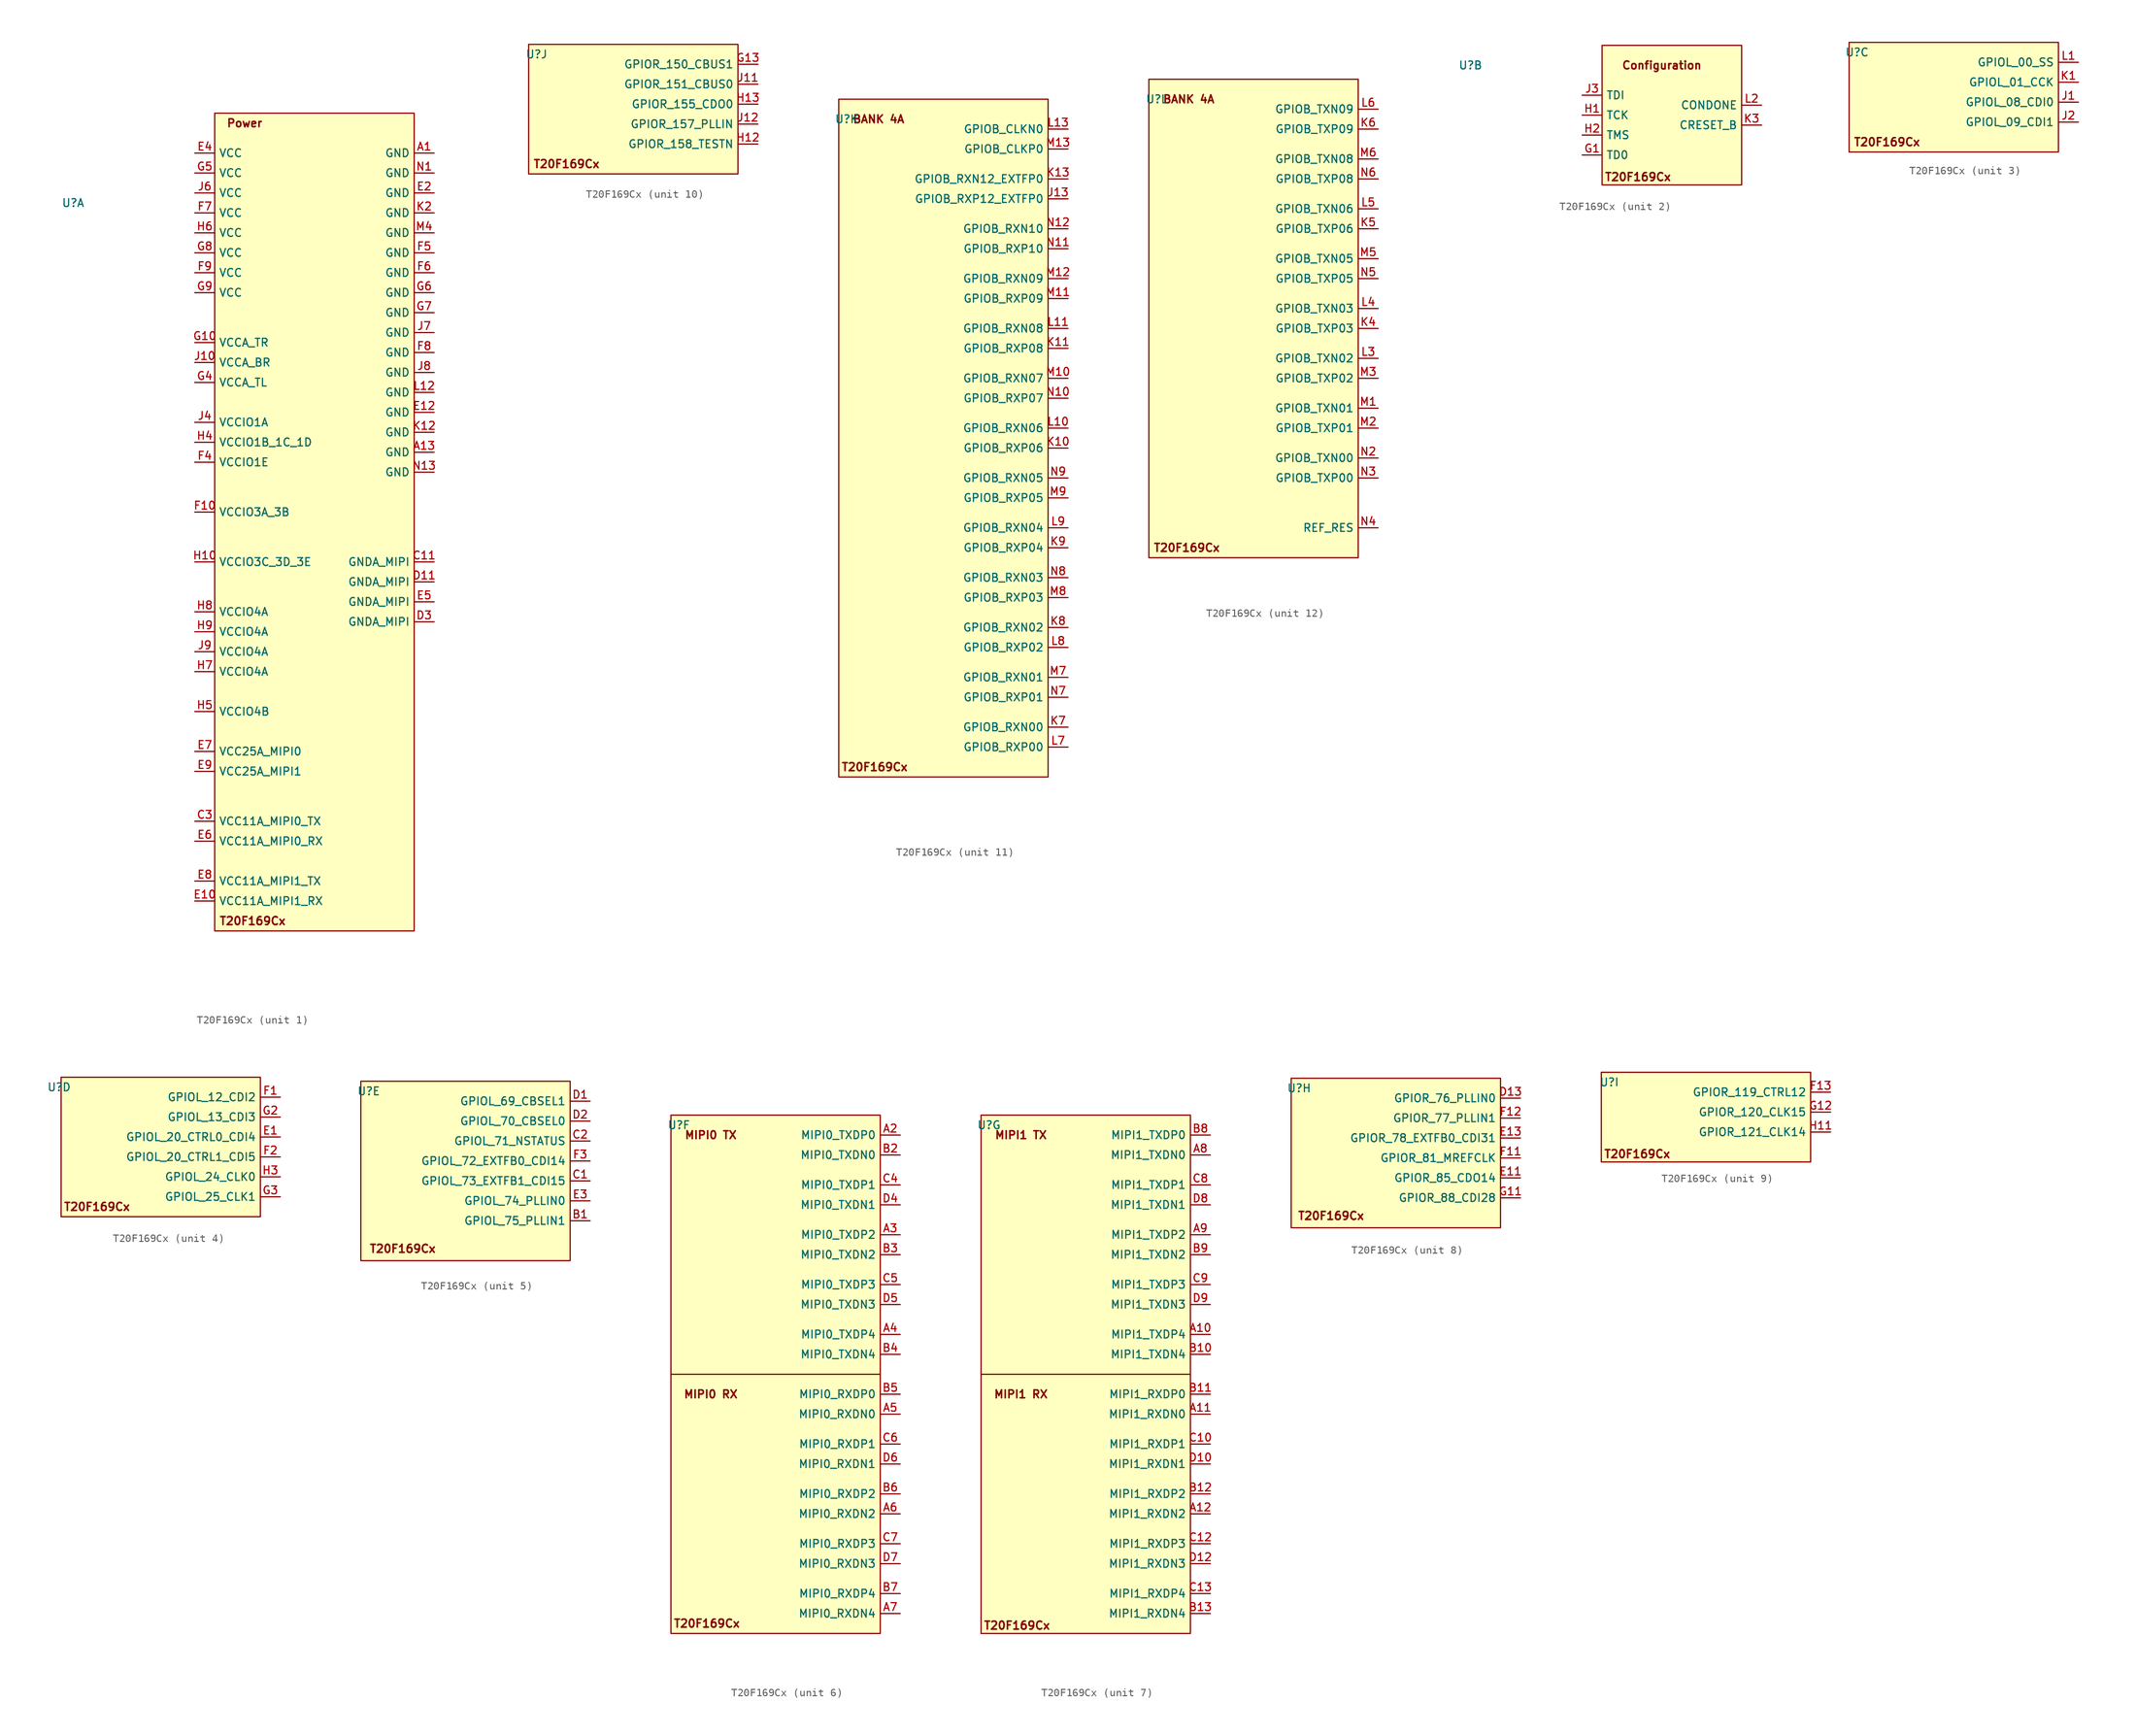
<source format=kicad_sym>
(kicad_symbol_lib
  (version 20231120)
  (generator "kicad_symbol_editor")
  (generator_version "8.0")
  (symbol "T20F169Cx"
    (property "Reference" "U"
      (at -25.654 1.27 0)
      (effects (font (size 1 1))))
    (property "Value" ""
      (at -6.35 -5.08 0)
      (effects (font (size 1 1))))
    (property "ki_locked" ""
      (at 0 0 0)
      (effects (font (size 1.27 1.27))))
    (symbol "T20F169Cx_1_1"
      (rectangle (start -7.62 12.7) (end 17.78 -91.44) (stroke (width 0) (type default)) (fill (type background)))
      (text "Power" (at -3.81 11.43 0) (effects (font (size 1 1) (bold yes))))
      (text "T20F169Cx" (at -2.794 -90.17 0) (effects (font (size 1.016 1.016) (thickness 0.203) (bold yes))))
      (pin power_in line (at 20.32 7.62 180) (length 2.54) (name "GND" (effects (font (size 1 1)))) (number "A1" (effects (font (size 1 1)))))
      (pin power_in line (at 20.32 -30.48 180) (length 2.54) (name "GND" (effects (font (size 1 1)))) (number "A13" (effects (font (size 1 1)))))
      (pin power_in line (at 20.32 -44.45 180) (length 2.54) (name "GNDA_MIPI" (effects (font (size 1 1)))) (number "C11" (effects (font (size 1 1)))))
      (pin power_in line (at -10.16 -77.47 0) (length 2.54) (name "VCC11A_MIPI0_TX" (effects (font (size 1 1)))) (number "C3" (effects (font (size 1 1)))))
      (pin power_in line (at 20.32 -46.99 180) (length 2.54) (name "GNDA_MIPI" (effects (font (size 1 1)))) (number "D11" (effects (font (size 1 1)))))
      (pin power_in line (at 20.32 -52.07 180) (length 2.54) (name "GNDA_MIPI" (effects (font (size 1 1)))) (number "D3" (effects (font (size 1 1)))))
      (pin power_in line (at -10.16 -87.63 0) (length 2.54) (name "VCC11A_MIPI1_RX" (effects (font (size 1 1)))) (number "E10" (effects (font (size 1 1)))))
      (pin power_in line (at 20.32 -25.4 180) (length 2.54) (name "GND" (effects (font (size 1 1)))) (number "E12" (effects (font (size 1 1)))))
      (pin power_in line (at 20.32 2.54 180) (length 2.54) (name "GND" (effects (font (size 1 1)))) (number "E2" (effects (font (size 1 1)))))
      (pin power_in line (at -10.16 7.62 0) (length 2.54) (name "VCC" (effects (font (size 1 1)))) (number "E4" (effects (font (size 1 1)))))
      (pin power_in line (at 20.32 -49.53 180) (length 2.54) (name "GNDA_MIPI" (effects (font (size 1 1)))) (number "E5" (effects (font (size 1 1)))))
      (pin power_in line (at -10.16 -80.01 0) (length 2.54) (name "VCC11A_MIPI0_RX" (effects (font (size 1 1)))) (number "E6" (effects (font (size 1 1)))))
      (pin power_in line (at -10.16 -68.58 0) (length 2.54) (name "VCC25A_MIPI0" (effects (font (size 1 1)))) (number "E7" (effects (font (size 1 1)))))
      (pin power_in line (at -10.16 -85.09 0) (length 2.54) (name "VCC11A_MIPI1_TX" (effects (font (size 1 1)))) (number "E8" (effects (font (size 1 1)))))
      (pin power_in line (at -10.16 -71.12 0) (length 2.54) (name "VCC25A_MIPI1" (effects (font (size 1 1)))) (number "E9" (effects (font (size 1 1)))))
      (pin power_in line (at -10.16 -38.1 0) (length 2.54) (name "VCCIO3A_3B" (effects (font (size 1 1)))) (number "F10" (effects (font (size 1 1)))))
      (pin power_in line (at -10.16 -31.75 0) (length 2.54) (name "VCCIO1E" (effects (font (size 1 1)))) (number "F4" (effects (font (size 1 1)))))
      (pin power_in line (at 20.32 -5.08 180) (length 2.54) (name "GND" (effects (font (size 1 1)))) (number "F5" (effects (font (size 1 1)))))
      (pin power_in line (at 20.32 -7.62 180) (length 2.54) (name "GND" (effects (font (size 1 1)))) (number "F6" (effects (font (size 1 1)))))
      (pin power_in line (at -10.16 0 0) (length 2.54) (name "VCC" (effects (font (size 1 1)))) (number "F7" (effects (font (size 1 1)))))
      (pin power_in line (at 20.32 -17.78 180) (length 2.54) (name "GND" (effects (font (size 1 1)))) (number "F8" (effects (font (size 1 1)))))
      (pin power_in line (at -10.16 -7.62 0) (length 2.54) (name "VCC" (effects (font (size 1 1)))) (number "F9" (effects (font (size 1 1)))))
      (pin power_in line (at -10.16 -16.51 0) (length 2.54) (name "VCCA_TR" (effects (font (size 1 1)))) (number "G10" (effects (font (size 1 1)))))
      (pin power_in line (at -10.16 -21.59 0) (length 2.54) (name "VCCA_TL" (effects (font (size 1 1)))) (number "G4" (effects (font (size 1 1)))))
      (pin power_in line (at -10.16 5.08 0) (length 2.54) (name "VCC" (effects (font (size 1 1)))) (number "G5" (effects (font (size 1 1)))))
      (pin power_in line (at 20.32 -10.16 180) (length 2.54) (name "GND" (effects (font (size 1 1)))) (number "G6" (effects (font (size 1 1)))))
      (pin power_in line (at 20.32 -12.7 180) (length 2.54) (name "GND" (effects (font (size 1 1)))) (number "G7" (effects (font (size 1 1)))))
      (pin power_in line (at -10.16 -5.08 0) (length 2.54) (name "VCC" (effects (font (size 1 1)))) (number "G8" (effects (font (size 1 1)))))
      (pin power_in line (at -10.16 -10.16 0) (length 2.54) (name "VCC" (effects (font (size 1 1)))) (number "G9" (effects (font (size 1 1)))))
      (pin power_in line (at -10.16 -44.45 0) (length 2.54) (name "VCCIO3C_3D_3E" (effects (font (size 1 1)))) (number "H10" (effects (font (size 1 1)))))
      (pin power_in line (at -10.16 -29.21 0) (length 2.54) (name "VCCIO1B_1C_1D" (effects (font (size 1 1)))) (number "H4" (effects (font (size 1 1)))))
      (pin power_in line (at -10.16 -63.5 0) (length 2.54) (name "VCCIO4B" (effects (font (size 1 1)))) (number "H5" (effects (font (size 1 1)))))
      (pin power_in line (at -10.16 -2.54 0) (length 2.54) (name "VCC" (effects (font (size 1 1)))) (number "H6" (effects (font (size 1 1)))))
      (pin power_in line (at -10.16 -58.42 0) (length 2.54) (name "VCCIO4A" (effects (font (size 1 1)))) (number "H7" (effects (font (size 1 1)))))
      (pin power_in line (at -10.16 -50.8 0) (length 2.54) (name "VCCIO4A" (effects (font (size 1 1)))) (number "H8" (effects (font (size 1 1)))))
      (pin power_in line (at -10.16 -53.34 0) (length 2.54) (name "VCCIO4A" (effects (font (size 1 1)))) (number "H9" (effects (font (size 1 1)))))
      (pin power_in line (at -10.16 -19.05 0) (length 2.54) (name "VCCA_BR" (effects (font (size 1 1)))) (number "J10" (effects (font (size 1 1)))))
      (pin power_in line (at -10.16 -26.67 0) (length 2.54) (name "VCCIO1A" (effects (font (size 1 1)))) (number "J4" (effects (font (size 1 1)))))
      (pin power_in line (at -10.16 2.54 0) (length 2.54) (name "VCC" (effects (font (size 1 1)))) (number "J6" (effects (font (size 1 1)))))
      (pin power_in line (at 20.32 -15.24 180) (length 2.54) (name "GND" (effects (font (size 1 1)))) (number "J7" (effects (font (size 1 1)))))
      (pin power_in line (at 20.32 -20.32 180) (length 2.54) (name "GND" (effects (font (size 1 1)))) (number "J8" (effects (font (size 1 1)))))
      (pin power_in line (at -10.16 -55.88 0) (length 2.54) (name "VCCIO4A" (effects (font (size 1 1)))) (number "J9" (effects (font (size 1 1)))))
      (pin power_in line (at 20.32 -27.94 180) (length 2.54) (name "GND" (effects (font (size 1 1)))) (number "K12" (effects (font (size 1 1)))))
      (pin power_in line (at 20.32 0 180) (length 2.54) (name "GND" (effects (font (size 1 1)))) (number "K2" (effects (font (size 1 1)))))
      (pin power_in line (at 20.32 -22.86 180) (length 2.54) (name "GND" (effects (font (size 1 1)))) (number "L12" (effects (font (size 1 1)))))
      (pin power_in line (at 20.32 -2.54 180) (length 2.54) (name "GND" (effects (font (size 1 1)))) (number "M4" (effects (font (size 1 1)))))
      (pin power_in line (at 20.32 5.08 180) (length 2.54) (name "GND" (effects (font (size 1 1)))) (number "N1" (effects (font (size 1 1)))))
      (pin power_in line (at 20.32 -33.02 180) (length 2.54) (name "GND" (effects (font (size 1 1)))) (number "N13" (effects (font (size 1 1))))))
    (symbol "T20F169Cx_2_1"
      (rectangle (start -8.89 3.81) (end 8.89 -13.97) (stroke (width 0) (type default)) (fill (type background)))
      (text "Configuration" (at -1.27 1.27 0) (effects (font (size 1 1) (bold yes))))
      (text "T20F169Cx" (at -4.318 -12.954 0) (effects (font (size 1.016 1.016) (thickness 0.203) (bold yes))))
      (pin output line (at -11.43 -10.16 0) (length 2.54) (name "TD0" (effects (font (size 1 1)))) (number "G1" (effects (font (size 1 1)))))
      (pin input line (at -11.43 -5.08 0) (length 2.54) (name "TCK" (effects (font (size 1 1)))) (number "H1" (effects (font (size 1 1)))))
      (pin input line (at -11.43 -7.62 0) (length 2.54) (name "TMS" (effects (font (size 1 1)))) (number "H2" (effects (font (size 1 1)))))
      (pin input line (at -11.43 -2.54 0) (length 2.54) (name "TDI" (effects (font (size 1 1)))) (number "J3" (effects (font (size 1 1)))))
      (pin input line (at 11.43 -6.35 180) (length 2.54) (name "CRESET_B" (effects (font (size 1 1)))) (number "K3" (effects (font (size 1 1)))))
      (pin output line (at 11.43 -3.81 180) (length 2.54) (name "CONDONE" (effects (font (size 1 1)))) (number "L2" (effects (font (size 1 1))))))
    (symbol "T20F169Cx_3_1"
      (rectangle (start -26.67 2.54) (end 0 -11.43) (stroke (width 0) (type default)) (fill (type background)))
      (text "T20F169Cx" (at -21.844 -10.16 0) (effects (font (size 1.016 1.016) (thickness 0.203) (bold yes))))
      (pin bidirectional line (at 2.54 -5.08 180) (length 2.54) (name "GPIOL_08_CDI0" (effects (font (size 1 1)))) (number "J1" (effects (font (size 1 1)))))
      (pin bidirectional line (at 2.54 -7.62 180) (length 2.54) (name "GPIOL_09_CDI1" (effects (font (size 1 1)))) (number "J2" (effects (font (size 1 1)))))
      (pin bidirectional line (at 2.54 -2.54 180) (length 2.54) (name "GPIOL_01_CCK" (effects (font (size 1 1)))) (number "K1" (effects (font (size 1 1)))))
      (pin bidirectional line (at 2.54 0 180) (length 2.54) (name "GPIOL_00_SS" (effects (font (size 1 1)))) (number "L1" (effects (font (size 1 1))))))
    (symbol "T20F169Cx_4_0"
      (pin bidirectional line (at 2.54 -2.54 180) (length 2.54) (name "GPIOL_13_CDI3" (effects (font (size 1 1)))) (number "G2" (effects (font (size 1 1)))))
      (pin bidirectional line (at 2.54 -12.7 180) (length 2.54) (name "GPIOL_25_CLK1" (effects (font (size 1 1)))) (number "G3" (effects (font (size 1 1)))))
      (pin bidirectional line (at 2.54 -10.16 180) (length 2.54) (name "GPIOL_24_CLK0" (effects (font (size 1 1)))) (number "H3" (effects (font (size 1 1))))))
    (symbol "T20F169Cx_4_1"
      (rectangle (start -25.4 2.54) (end 0 -15.24) (stroke (width 0) (type default)) (fill (type background)))
      (text "T20F169Cx" (at -20.828 -13.97 0) (effects (font (size 1.016 1.016) (thickness 0.203) (bold yes))))
      (pin bidirectional line (at 2.54 -5.08 180) (length 2.54) (name "GPIOL_20_CTRL0_CDI4" (effects (font (size 1 1)))) (number "E1" (effects (font (size 1 1)))))
      (pin bidirectional line (at 2.54 0 180) (length 2.54) (name "GPIOL_12_CDI2" (effects (font (size 1 1)))) (number "F1" (effects (font (size 1 1)))))
      (pin bidirectional line (at 2.54 -7.62 180) (length 2.54) (name "GPIOL_20_CTRL1_CDI5" (effects (font (size 1 1)))) (number "F2" (effects (font (size 1 1))))))
    (symbol "T20F169Cx_5_0"
      (pin bidirectional line (at 2.54 -15.24 180) (length 2.54) (name "GPIOL_75_PLLIN1" (effects (font (size 1 1)))) (number "B1" (effects (font (size 1 1)))))
      (pin bidirectional line (at 2.54 -10.16 180) (length 2.54) (name "GPIOL_73_EXTFB1_CDI15" (effects (font (size 1 1)))) (number "C1" (effects (font (size 1 1)))))
      (pin bidirectional line (at 2.54 -2.54 180) (length 2.54) (name "GPIOL_70_CBSEL0" (effects (font (size 1 1)))) (number "D2" (effects (font (size 1 1)))))
      (pin bidirectional line (at 2.54 -12.7 180) (length 2.54) (name "GPIOL_74_PLLIN0" (effects (font (size 1 1)))) (number "E3" (effects (font (size 1 1))))))
    (symbol "T20F169Cx_5_1"
      (rectangle (start -26.67 2.54) (end 0 -20.32) (stroke (width 0) (type default)) (fill (type background)))
      (text "T20F169Cx" (at -21.336 -18.796 0) (effects (font (size 1.016 1.016) (thickness 0.203) (bold yes))))
      (pin bidirectional line (at 2.54 -5.08 180) (length 2.54) (name "GPIOL_71_NSTATUS" (effects (font (size 1 1)))) (number "C2" (effects (font (size 1 1)))))
      (pin bidirectional line (at 2.54 0 180) (length 2.54) (name "GPIOL_69_CBSEL1" (effects (font (size 1 1)))) (number "D1" (effects (font (size 1 1)))))
      (pin bidirectional line (at 2.54 -7.62 180) (length 2.54) (name "GPIOL_72_EXTFB0_CDI14" (effects (font (size 1 1)))) (number "F3" (effects (font (size 1 1))))))
    (symbol "T20F169Cx_6_1"
      (rectangle (start -26.67 2.54) (end 0 -63.5) (stroke (width 0) (type default)) (fill (type background)))
      (polyline (pts (xy -26.67 -30.48) (xy 0 -30.48)) (stroke (width 0) (type default)) (fill (type none)))
      (text "MIPI0 RX" (at -21.59 -33.02 0) (effects (font (size 1 1) (bold yes))))
      (text "MIPI0 TX" (at -21.59 0 0) (effects (font (size 1 1) (bold yes))))
      (text "T20F169Cx" (at -22.098 -62.23 0) (effects (font (size 1.016 1.016) (thickness 0.203) (bold yes))))
      (pin bidirectional line (at 2.54 0 180) (length 2.54) (name "MIPI0_TXDP0" (effects (font (size 1 1)))) (number "A2" (effects (font (size 1 1)))))
      (pin bidirectional line (at 2.54 -12.7 180) (length 2.54) (name "MIPI0_TXDP2" (effects (font (size 1 1)))) (number "A3" (effects (font (size 1 1)))))
      (pin bidirectional line (at 2.54 -25.4 180) (length 2.54) (name "MIPI0_TXDP4" (effects (font (size 1 1)))) (number "A4" (effects (font (size 1 1)))))
      (pin bidirectional line (at 2.54 -35.56 180) (length 2.54) (name "MIPI0_RXDN0" (effects (font (size 1 1)))) (number "A5" (effects (font (size 1 1)))))
      (pin bidirectional line (at 2.54 -48.26 180) (length 2.54) (name "MIPI0_RXDN2" (effects (font (size 1 1)))) (number "A6" (effects (font (size 1 1)))))
      (pin bidirectional line (at 2.54 -60.96 180) (length 2.54) (name "MIPI0_RXDN4" (effects (font (size 1 1)))) (number "A7" (effects (font (size 1 1)))))
      (pin bidirectional line (at 2.54 -2.54 180) (length 2.54) (name "MIPI0_TXDN0" (effects (font (size 1 1)))) (number "B2" (effects (font (size 1 1)))))
      (pin bidirectional line (at 2.54 -15.24 180) (length 2.54) (name "MIPI0_TXDN2" (effects (font (size 1 1)))) (number "B3" (effects (font (size 1 1)))))
      (pin bidirectional line (at 2.54 -27.94 180) (length 2.54) (name "MIPI0_TXDN4" (effects (font (size 1 1)))) (number "B4" (effects (font (size 1 1)))))
      (pin bidirectional line (at 2.54 -33.02 180) (length 2.54) (name "MIPI0_RXDP0" (effects (font (size 1 1)))) (number "B5" (effects (font (size 1 1)))))
      (pin bidirectional line (at 2.54 -45.72 180) (length 2.54) (name "MIPI0_RXDP2" (effects (font (size 1 1)))) (number "B6" (effects (font (size 1 1)))))
      (pin bidirectional line (at 2.54 -58.42 180) (length 2.54) (name "MIPI0_RXDP4" (effects (font (size 1 1)))) (number "B7" (effects (font (size 1 1)))))
      (pin bidirectional line (at 2.54 -6.35 180) (length 2.54) (name "MIPI0_TXDP1" (effects (font (size 1 1)))) (number "C4" (effects (font (size 1 1)))))
      (pin bidirectional line (at 2.54 -19.05 180) (length 2.54) (name "MIPI0_TXDP3" (effects (font (size 1 1)))) (number "C5" (effects (font (size 1 1)))))
      (pin bidirectional line (at 2.54 -39.37 180) (length 2.54) (name "MIPI0_RXDP1" (effects (font (size 1 1)))) (number "C6" (effects (font (size 1 1)))))
      (pin bidirectional line (at 2.54 -52.07 180) (length 2.54) (name "MIPI0_RXDP3" (effects (font (size 1 1)))) (number "C7" (effects (font (size 1 1)))))
      (pin bidirectional line (at 2.54 -8.89 180) (length 2.54) (name "MIPI0_TXDN1" (effects (font (size 1 1)))) (number "D4" (effects (font (size 1 1)))))
      (pin bidirectional line (at 2.54 -21.59 180) (length 2.54) (name "MIPI0_TXDN3" (effects (font (size 1 1)))) (number "D5" (effects (font (size 1 1)))))
      (pin bidirectional line (at 2.54 -41.91 180) (length 2.54) (name "MIPI0_RXDN1" (effects (font (size 1 1)))) (number "D6" (effects (font (size 1 1)))))
      (pin bidirectional line (at 2.54 -54.61 180) (length 2.54) (name "MIPI0_RXDN3" (effects (font (size 1 1)))) (number "D7" (effects (font (size 1 1))))))
    (symbol "T20F169Cx_7_1"
      (rectangle (start -26.67 2.54) (end 0 -63.5) (stroke (width 0) (type default)) (fill (type background)))
      (polyline (pts (xy 0 -30.48) (xy -26.67 -30.48)) (stroke (width 0) (type default)) (fill (type none)))
      (text "MIPI1 RX" (at -21.59 -33.02 0) (effects (font (size 1 1) (bold yes))))
      (text "MIPI1 TX" (at -21.59 0 0) (effects (font (size 1 1) (bold yes))))
      (text "T20F169Cx" (at -22.098 -62.484 0) (effects (font (size 1.016 1.016) (thickness 0.203) (bold yes))))
      (pin bidirectional line (at 2.54 -25.4 180) (length 2.54) (name "MIPI1_TXDP4" (effects (font (size 1 1)))) (number "A10" (effects (font (size 1 1)))))
      (pin bidirectional line (at 2.54 -35.56 180) (length 2.54) (name "MIPI1_RXDN0" (effects (font (size 1 1)))) (number "A11" (effects (font (size 1 1)))))
      (pin bidirectional line (at 2.54 -48.26 180) (length 2.54) (name "MIPI1_RXDN2" (effects (font (size 1 1)))) (number "A12" (effects (font (size 1 1)))))
      (pin bidirectional line (at 2.54 -2.54 180) (length 2.54) (name "MIPI1_TXDN0" (effects (font (size 1 1)))) (number "A8" (effects (font (size 1 1)))))
      (pin bidirectional line (at 2.54 -12.7 180) (length 2.54) (name "MIPI1_TXDP2" (effects (font (size 1 1)))) (number "A9" (effects (font (size 1 1)))))
      (pin bidirectional line (at 2.54 -27.94 180) (length 2.54) (name "MIPI1_TXDN4" (effects (font (size 1 1)))) (number "B10" (effects (font (size 1 1)))))
      (pin bidirectional line (at 2.54 -33.02 180) (length 2.54) (name "MIPI1_RXDP0" (effects (font (size 1 1)))) (number "B11" (effects (font (size 1 1)))))
      (pin bidirectional line (at 2.54 -45.72 180) (length 2.54) (name "MIPI1_RXDP2" (effects (font (size 1 1)))) (number "B12" (effects (font (size 1 1)))))
      (pin bidirectional line (at 2.54 -60.96 180) (length 2.54) (name "MIPI1_RXDN4" (effects (font (size 1 1)))) (number "B13" (effects (font (size 1 1)))))
      (pin bidirectional line (at 2.54 0 180) (length 2.54) (name "MIPI1_TXDP0" (effects (font (size 1 1)))) (number "B8" (effects (font (size 1 1)))))
      (pin bidirectional line (at 2.54 -15.24 180) (length 2.54) (name "MIPI1_TXDN2" (effects (font (size 1 1)))) (number "B9" (effects (font (size 1 1)))))
      (pin bidirectional line (at 2.54 -39.37 180) (length 2.54) (name "MIPI1_RXDP1" (effects (font (size 1 1)))) (number "C10" (effects (font (size 1 1)))))
      (pin bidirectional line (at 2.54 -52.07 180) (length 2.54) (name "MIPI1_RXDP3" (effects (font (size 1 1)))) (number "C12" (effects (font (size 1 1)))))
      (pin bidirectional line (at 2.54 -58.42 180) (length 2.54) (name "MIPI1_RXDP4" (effects (font (size 1 1)))) (number "C13" (effects (font (size 1 1)))))
      (pin bidirectional line (at 2.54 -6.35 180) (length 2.54) (name "MIPI1_TXDP1" (effects (font (size 1 1)))) (number "C8" (effects (font (size 1 1)))))
      (pin bidirectional line (at 2.54 -19.05 180) (length 2.54) (name "MIPI1_TXDP3" (effects (font (size 1 1)))) (number "C9" (effects (font (size 1 1)))))
      (pin bidirectional line (at 2.54 -41.91 180) (length 2.54) (name "MIPI1_RXDN1" (effects (font (size 1 1)))) (number "D10" (effects (font (size 1 1)))))
      (pin bidirectional line (at 2.54 -54.61 180) (length 2.54) (name "MIPI1_RXDN3" (effects (font (size 1 1)))) (number "D12" (effects (font (size 1 1)))))
      (pin bidirectional line (at 2.54 -8.89 180) (length 2.54) (name "MIPI1_TXDN1" (effects (font (size 1 1)))) (number "D8" (effects (font (size 1 1)))))
      (pin bidirectional line (at 2.54 -21.59 180) (length 2.54) (name "MIPI1_TXDN3" (effects (font (size 1 1)))) (number "D9" (effects (font (size 1 1))))))
    (symbol "T20F169Cx_8_0"
      (pin bidirectional line (at 2.54 -10.16 180) (length 2.54) (name "GPIOR_85_CDO14" (effects (font (size 1 1)))) (number "E11" (effects (font (size 1 1)))))
      (pin bidirectional line (at 2.54 -2.54 180) (length 2.54) (name "GPIOR_77_PLLIN1" (effects (font (size 1 1)))) (number "F12" (effects (font (size 1 1)))))
      (pin bidirectional line (at 2.54 -12.7 180) (length 2.54) (name "GPIOR_88_CDI28" (effects (font (size 1 1)))) (number "G11" (effects (font (size 1 1))))))
    (symbol "T20F169Cx_8_1"
      (rectangle (start -26.67 2.54) (end 0 -16.51) (stroke (width 0) (type default)) (fill (type background)))
      (text "T20F169Cx" (at -21.59 -14.986 0) (effects (font (size 1.016 1.016) (thickness 0.203) (bold yes))))
      (pin bidirectional line (at 2.54 0 180) (length 2.54) (name "GPIOR_76_PLLIN0" (effects (font (size 0.991 0.991)))) (number "D13" (effects (font (size 0.991 0.991)))))
      (pin bidirectional line (at 2.54 -5.08 180) (length 2.54) (name "GPIOR_78_EXTFB0_CDI31" (effects (font (size 1 1)))) (number "E13" (effects (font (size 1 1)))))
      (pin bidirectional line (at 2.54 -7.62 180) (length 2.54) (name "GPIOR_81_MREFCLK" (effects (font (size 1 1)))) (number "F11" (effects (font (size 1 1))))))
    (symbol "T20F169Cx_9_0"
      (pin bidirectional line (at 2.54 -2.54 180) (length 2.54) (name "GPIOR_120_CLK15" (effects (font (size 1 1)))) (number "G12" (effects (font (size 1 1))))))
    (symbol "T20F169Cx_9_1"
      (rectangle (start -26.67 2.54) (end 0 -8.89) (stroke (width 0) (type default)) (fill (type background)))
      (text "T20F169Cx" (at -22.098 -7.874 0) (effects (font (size 1.016 1.016) (thickness 0.203) (bold yes))))
      (pin bidirectional line (at 2.54 0 180) (length 2.54) (name "GPIOR_119_CTRL12" (effects (font (size 1 1)))) (number "F13" (effects (font (size 1 1)))))
      (pin bidirectional line (at 2.54 -5.08 180) (length 2.54) (name "GPIOR_121_CLK14" (effects (font (size 1 1)))) (number "H11" (effects (font (size 1 1))))))
    (symbol "T20F169Cx_10_0"
      (pin bidirectional line (at 2.54 -10.16 180) (length 2.54) (name "GPIOR_158_TESTN" (effects (font (size 1 1)))) (number "H12" (effects (font (size 1 1)))))
      (pin bidirectional line (at 2.54 -2.54 180) (length 2.54) (name "GPIOR_151_CBUS0" (effects (font (size 1 1)))) (number "J11" (effects (font (size 1 1))))))
    (symbol "T20F169Cx_10_1"
      (rectangle (start -26.67 2.54) (end 0 -13.97) (stroke (width 0) (type default)) (fill (type background)))
      (text "T20F169Cx" (at -21.844 -12.7 0) (effects (font (size 1.016 1.016) (thickness 0.203) (bold yes))))
      (pin bidirectional line (at 2.54 0 180) (length 2.54) (name "GPIOR_150_CBUS1" (effects (font (size 1 1)))) (number "G13" (effects (font (size 1 1)))))
      (pin bidirectional line (at 2.54 -5.08 180) (length 2.54) (name "GPIOR_155_CDO0" (effects (font (size 1 1)))) (number "H13" (effects (font (size 1 1)))))
      (pin bidirectional line (at 2.54 -7.62 180) (length 2.54) (name "GPIOR_157_PLLIN" (effects (font (size 1 1)))) (number "J12" (effects (font (size 1 1))))))
    (symbol "T20F169Cx_11_0"
      (pin bidirectional line (at 2.54 -8.89 180) (length 2.54) (name "GPIOB_RXP12_EXTFP0" (effects (font (size 1 1)))) (number "J13" (effects (font (size 1 1)))))
      (pin bidirectional line (at 2.54 -40.64 180) (length 2.54) (name "GPIOB_RXP06" (effects (font (size 1 1)))) (number "K10" (effects (font (size 1 1)))))
      (pin bidirectional line (at 2.54 -27.94 180) (length 2.54) (name "GPIOB_RXP08" (effects (font (size 1 1)))) (number "K11" (effects (font (size 1 1)))))
      (pin bidirectional line (at 2.54 -6.35 180) (length 2.54) (name "GPIOB_RXN12_EXTFP0" (effects (font (size 1 1)))) (number "K13" (effects (font (size 1 1)))))
      (pin bidirectional line (at 2.54 -76.2 180) (length 2.54) (name "GPIOB_RXN00" (effects (font (size 1 1)))) (number "K7" (effects (font (size 1 1)))))
      (pin bidirectional line (at 2.54 -63.5 180) (length 2.54) (name "GPIOB_RXN02" (effects (font (size 1 1)))) (number "K8" (effects (font (size 1 1)))))
      (pin bidirectional line (at 2.54 -53.34 180) (length 2.54) (name "GPIOB_RXP04" (effects (font (size 1 1)))) (number "K9" (effects (font (size 1 1)))))
      (pin bidirectional line (at 2.54 -38.1 180) (length 2.54) (name "GPIOB_RXN06" (effects (font (size 1 1)))) (number "L10" (effects (font (size 1 1)))))
      (pin bidirectional line (at 2.54 -25.4 180) (length 2.54) (name "GPIOB_RXN08" (effects (font (size 1 1)))) (number "L11" (effects (font (size 1 1)))))
      (pin bidirectional line (at 2.54 0 180) (length 2.54) (name "GPIOB_CLKN0" (effects (font (size 1 1)))) (number "L13" (effects (font (size 1 1)))))
      (pin bidirectional line (at 2.54 -78.74 180) (length 2.54) (name "GPIOB_RXP00" (effects (font (size 1 1)))) (number "L7" (effects (font (size 1 1)))))
      (pin bidirectional line (at 2.54 -66.04 180) (length 2.54) (name "GPIOB_RXP02" (effects (font (size 1 1)))) (number "L8" (effects (font (size 1 1)))))
      (pin bidirectional line (at 2.54 -50.8 180) (length 2.54) (name "GPIOB_RXN04" (effects (font (size 1 1)))) (number "L9" (effects (font (size 1 1)))))
      (pin bidirectional line (at 2.54 -31.75 180) (length 2.54) (name "GPIOB_RXN07" (effects (font (size 1 1)))) (number "M10" (effects (font (size 1 1)))))
      (pin bidirectional line (at 2.54 -21.59 180) (length 2.54) (name "GPIOB_RXP09" (effects (font (size 1 1)))) (number "M11" (effects (font (size 1 1)))))
      (pin bidirectional line (at 2.54 -19.05 180) (length 2.54) (name "GPIOB_RXN09" (effects (font (size 1 1)))) (number "M12" (effects (font (size 1 1)))))
      (pin bidirectional line (at 2.54 -2.54 180) (length 2.54) (name "GPIOB_CLKP0" (effects (font (size 1 1)))) (number "M13" (effects (font (size 1 1)))))
      (pin bidirectional line (at 2.54 -69.85 180) (length 2.54) (name "GPIOB_RXN01" (effects (font (size 1 1)))) (number "M7" (effects (font (size 1 1)))))
      (pin bidirectional line (at 2.54 -59.69 180) (length 2.54) (name "GPIOB_RXP03" (effects (font (size 1 1)))) (number "M8" (effects (font (size 1 1)))))
      (pin bidirectional line (at 2.54 -46.99 180) (length 2.54) (name "GPIOB_RXP05" (effects (font (size 1 1)))) (number "M9" (effects (font (size 1 1)))))
      (pin bidirectional line (at 2.54 -34.29 180) (length 2.54) (name "GPIOB_RXP07" (effects (font (size 1 1)))) (number "N10" (effects (font (size 1 1)))))
      (pin bidirectional line (at 2.54 -15.24 180) (length 2.54) (name "GPIOB_RXP10" (effects (font (size 1 1)))) (number "N11" (effects (font (size 1 1)))))
      (pin bidirectional line (at 2.54 -12.7 180) (length 2.54) (name "GPIOB_RXN10" (effects (font (size 1 1)))) (number "N12" (effects (font (size 1 1)))))
      (pin bidirectional line (at 2.54 -72.39 180) (length 2.54) (name "GPIOB_RXP01" (effects (font (size 1 1)))) (number "N7" (effects (font (size 1 1)))))
      (pin bidirectional line (at 2.54 -57.15 180) (length 2.54) (name "GPIOB_RXN03" (effects (font (size 1 1)))) (number "N8" (effects (font (size 1 1)))))
      (pin bidirectional line (at 2.54 -44.45 180) (length 2.54) (name "GPIOB_RXN05" (effects (font (size 1 1)))) (number "N9" (effects (font (size 1 1))))))
    (symbol "T20F169Cx_11_1"
      (rectangle (start -26.67 3.81) (end 0 -82.55) (stroke (width 0) (type default)) (fill (type background)))
      (text "BANK 4A" (at -21.59 1.27 0) (effects (font (size 1 1) (bold yes))))
      (text "T20F169Cx" (at -22.098 -81.28 0) (effects (font (size 1.016 1.016) (thickness 0.203) (bold yes)))))
    (symbol "T20F169Cx_12_0"
      (pin bidirectional line (at 2.54 -27.94 180) (length 2.54) (name "GPIOB_TXP03" (effects (font (size 1 1)))) (number "K4" (effects (font (size 1 1)))))
      (pin bidirectional line (at 2.54 -15.24 180) (length 2.54) (name "GPIOB_TXP06" (effects (font (size 1 1)))) (number "K5" (effects (font (size 1 1)))))
      (pin bidirectional line (at 2.54 -2.54 180) (length 2.54) (name "GPIOB_TXP09" (effects (font (size 1 1)))) (number "K6" (effects (font (size 1 1)))))
      (pin bidirectional line (at 2.54 -31.75 180) (length 2.54) (name "GPIOB_TXN02" (effects (font (size 1 1)))) (number "L3" (effects (font (size 1 1)))))
      (pin bidirectional line (at 2.54 -25.4 180) (length 2.54) (name "GPIOB_TXN03" (effects (font (size 1 1)))) (number "L4" (effects (font (size 1 1)))))
      (pin bidirectional line (at 2.54 -12.7 180) (length 2.54) (name "GPIOB_TXN06" (effects (font (size 1 1)))) (number "L5" (effects (font (size 1 1)))))
      (pin bidirectional line (at 2.54 0 180) (length 2.54) (name "GPIOB_TXN09" (effects (font (size 1 1)))) (number "L6" (effects (font (size 1 1)))))
      (pin bidirectional line (at 2.54 -38.1 180) (length 2.54) (name "GPIOB_TXN01" (effects (font (size 1 1)))) (number "M1" (effects (font (size 1 1)))))
      (pin bidirectional line (at 2.54 -40.64 180) (length 2.54) (name "GPIOB_TXP01" (effects (font (size 1 1)))) (number "M2" (effects (font (size 1 1)))))
      (pin bidirectional line (at 2.54 -34.29 180) (length 2.54) (name "GPIOB_TXP02" (effects (font (size 1 1)))) (number "M3" (effects (font (size 1 1)))))
      (pin bidirectional line (at 2.54 -19.05 180) (length 2.54) (name "GPIOB_TXN05" (effects (font (size 1 1)))) (number "M5" (effects (font (size 1 1)))))
      (pin bidirectional line (at 2.54 -6.35 180) (length 2.54) (name "GPIOB_TXN08" (effects (font (size 1 1)))) (number "M6" (effects (font (size 1 1)))))
      (pin bidirectional line (at 2.54 -44.45 180) (length 2.54) (name "GPIOB_TXN00" (effects (font (size 1 1)))) (number "N2" (effects (font (size 1 1)))))
      (pin bidirectional line (at 2.54 -46.99 180) (length 2.54) (name "GPIOB_TXP00" (effects (font (size 1 1)))) (number "N3" (effects (font (size 1 1)))))
      (pin input line (at 2.54 -53.34 180) (length 2.54) (name "REF_RES" (effects (font (size 1 1)))) (number "N4" (effects (font (size 1 1)))))
      (pin bidirectional line (at 2.54 -21.59 180) (length 2.54) (name "GPIOB_TXP05" (effects (font (size 1 1)))) (number "N5" (effects (font (size 1 1)))))
      (pin bidirectional line (at 2.54 -8.89 180) (length 2.54) (name "GPIOB_TXP08" (effects (font (size 1 1)))) (number "N6" (effects (font (size 1 1))))))
    (symbol "T20F169Cx_12_1"
      (rectangle (start -26.67 3.81) (end 0 -57.15) (stroke (width 0) (type default)) (fill (type background)))
      (text "BANK 4A" (at -21.59 1.27 0) (effects (font (size 1 1) (bold yes))))
      (text "T20F169Cx" (at -21.844 -55.88 0) (effects (font (size 1.016 1.016) (thickness 0.203) (bold yes)))))))
</source>
